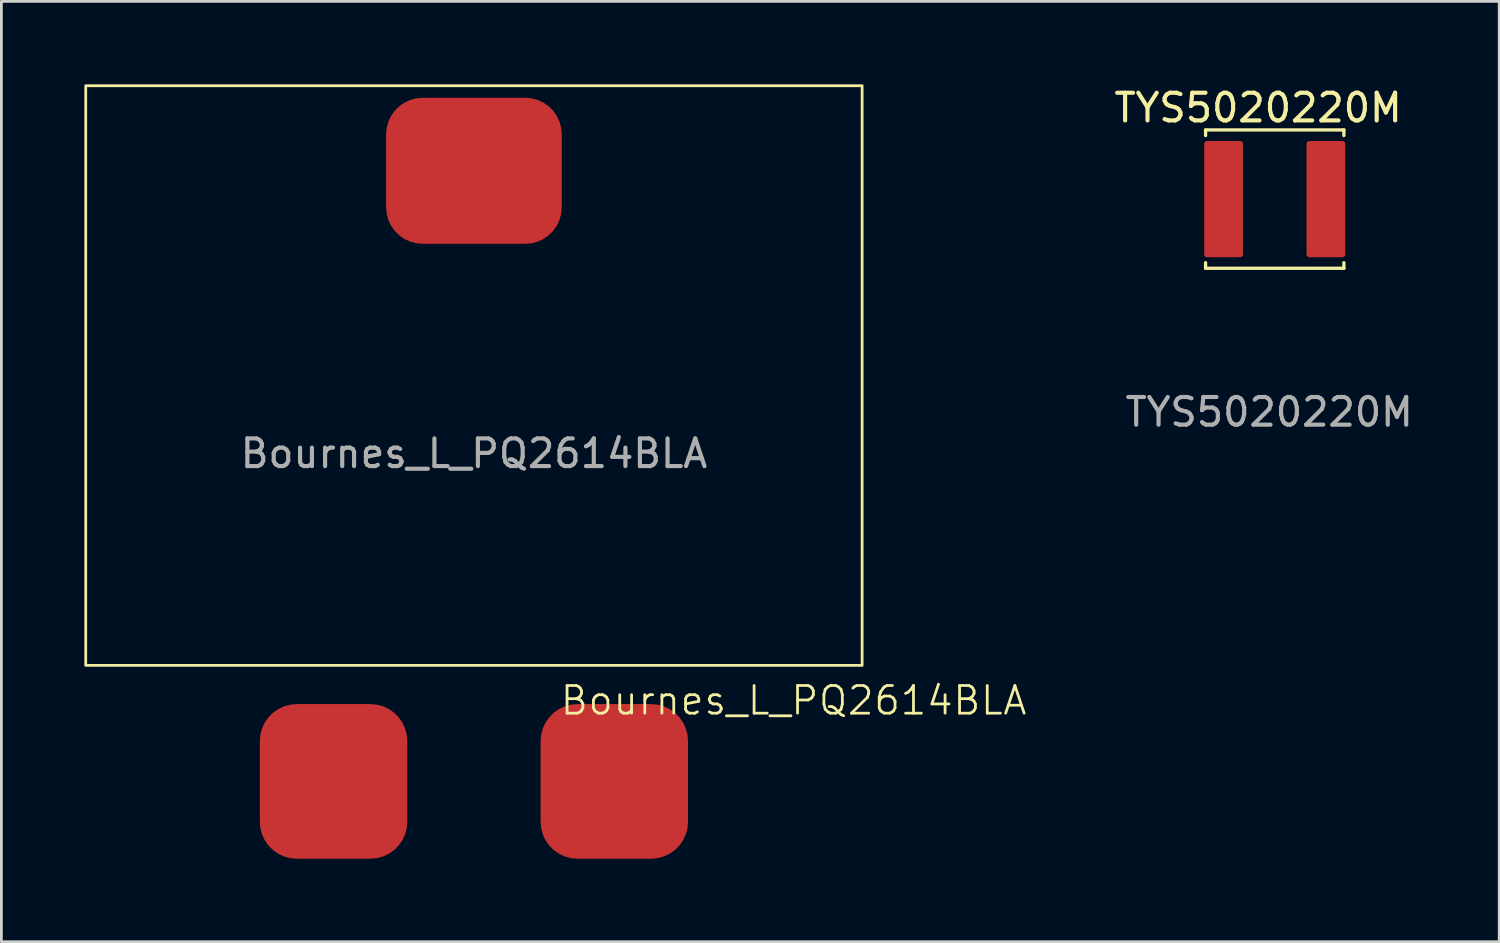
<source format=kicad_pcb>
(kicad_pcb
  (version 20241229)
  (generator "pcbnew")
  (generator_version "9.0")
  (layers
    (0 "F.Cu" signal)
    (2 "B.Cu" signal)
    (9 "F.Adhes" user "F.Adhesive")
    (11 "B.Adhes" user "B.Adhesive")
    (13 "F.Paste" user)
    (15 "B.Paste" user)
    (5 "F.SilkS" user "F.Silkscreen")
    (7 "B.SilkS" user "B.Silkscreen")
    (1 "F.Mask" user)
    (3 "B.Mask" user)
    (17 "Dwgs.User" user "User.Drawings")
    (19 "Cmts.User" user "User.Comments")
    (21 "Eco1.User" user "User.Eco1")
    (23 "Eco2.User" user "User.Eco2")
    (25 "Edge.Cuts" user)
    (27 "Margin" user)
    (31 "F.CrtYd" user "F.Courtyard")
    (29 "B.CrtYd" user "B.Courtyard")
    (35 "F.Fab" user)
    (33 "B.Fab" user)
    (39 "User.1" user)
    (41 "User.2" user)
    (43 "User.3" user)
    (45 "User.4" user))
  (footprint "Bournes_L_PQ2614BLA"
    (layer "F.Cu")
    (at 14.084 10.845)
    (property "Reference" "Bournes_L_PQ2614BLA" (at 11.557 11.43 0) (unlocked yes) (layer "F.SilkS") (effects (font (size 1 1) (thickness 0.1))))
    (attr smd)
    (fp_rect (start -14.034 -10.795) (end 14.034 10.16) (stroke (width 0.1) (type default)) (fill no) (layer "F.SilkS"))
    (fp_text user "${REFERENCE}" (at 0 2.5 0) (unlocked yes) (layer "F.Fab") (effects (font (size 1 1) (thickness 0.15))))
    (pad "" smd roundrect (at 0 -7.72) (size 6.35 5.28) (layers "F.Cu" "F.Mask" "F.Paste") (roundrect_rratio 0.25))
    (pad "1" smd roundrect (at -5.075 14.355) (size 5.33 5.59) (layers "F.Cu" "F.Mask" "F.Paste") (roundrect_rratio 0.25))
    (pad "2" smd roundrect (at 5.075 14.355) (size 5.33 5.59) (layers "F.Cu" "F.Mask" "F.Paste") (roundrect_rratio 0.25))
    (zone (net_name "") (layers "F.Cu" "B.Cu") (hatch edge 0.5) (connect_pads) (min_thickness 0.25) (filled_areas_thickness no) (keepout (tracks allowed) (vias allowed) (pads allowed) (copperpour allowed) (footprints not_allowed)) (placement (enabled no)) (fill) (polygon (pts (xy 0.05 0.05) (xy 28.117 0.05) (xy 28.117 21.005) (xy 0.05 21.005)))))
  (footprint "TYS5020220M"
    (layer "F.Cu")
    (at 43.035 4.148)
    (property "Reference" "TYS5020220M" (at -0.6 -3.3 0) (unlocked yes) (layer "F.SilkS") (effects (font (size 1 1) (thickness 0.15))))
    (attr smd)
    (fp_line (start -2.5 -2.5) (end -2.5 -2.3) (stroke (width 0.12) (type default)) (layer "F.SilkS"))
    (fp_line (start -2.5 2.5) (end -2.5 2.3) (stroke (width 0.12) (type default)) (layer "F.SilkS"))
    (fp_line (start -2.5 2.5) (end 2.5 2.5) (stroke (width 0.12) (type default)) (layer "F.SilkS"))
    (fp_line (start 2.5 -2.5) (end -2.5 -2.5) (stroke (width 0.12) (type default)) (layer "F.SilkS"))
    (fp_line (start 2.5 -2.5) (end 2.5 -2.3) (stroke (width 0.12) (type default)) (layer "F.SilkS"))
    (fp_line (start 2.5 2.5) (end 2.5 2.3) (stroke (width 0.12) (type default)) (layer "F.SilkS"))
    (fp_text user "${REFERENCE}" (at -0.2 7.7 0) (unlocked yes) (layer "F.Fab") (effects (font (size 1 1) (thickness 0.15))))
    (pad "1" smd roundrect (at 1.85 0 90) (size 4.2 1.4) (layers "F.Cu" "F.Mask" "F.Paste") (roundrect_rratio 0.071))
    (pad "2" smd roundrect (at -1.85 0 90) (size 4.2 1.4) (layers "F.Cu" "F.Mask" "F.Paste") (roundrect_rratio 0.071)))
  (gr_rect
    (start -3 -3)
    (end 51.15 30.995)
    (stroke (width 0.1) (type default))
    (fill no)
    (layer "Edge.Cuts")))
</source>
